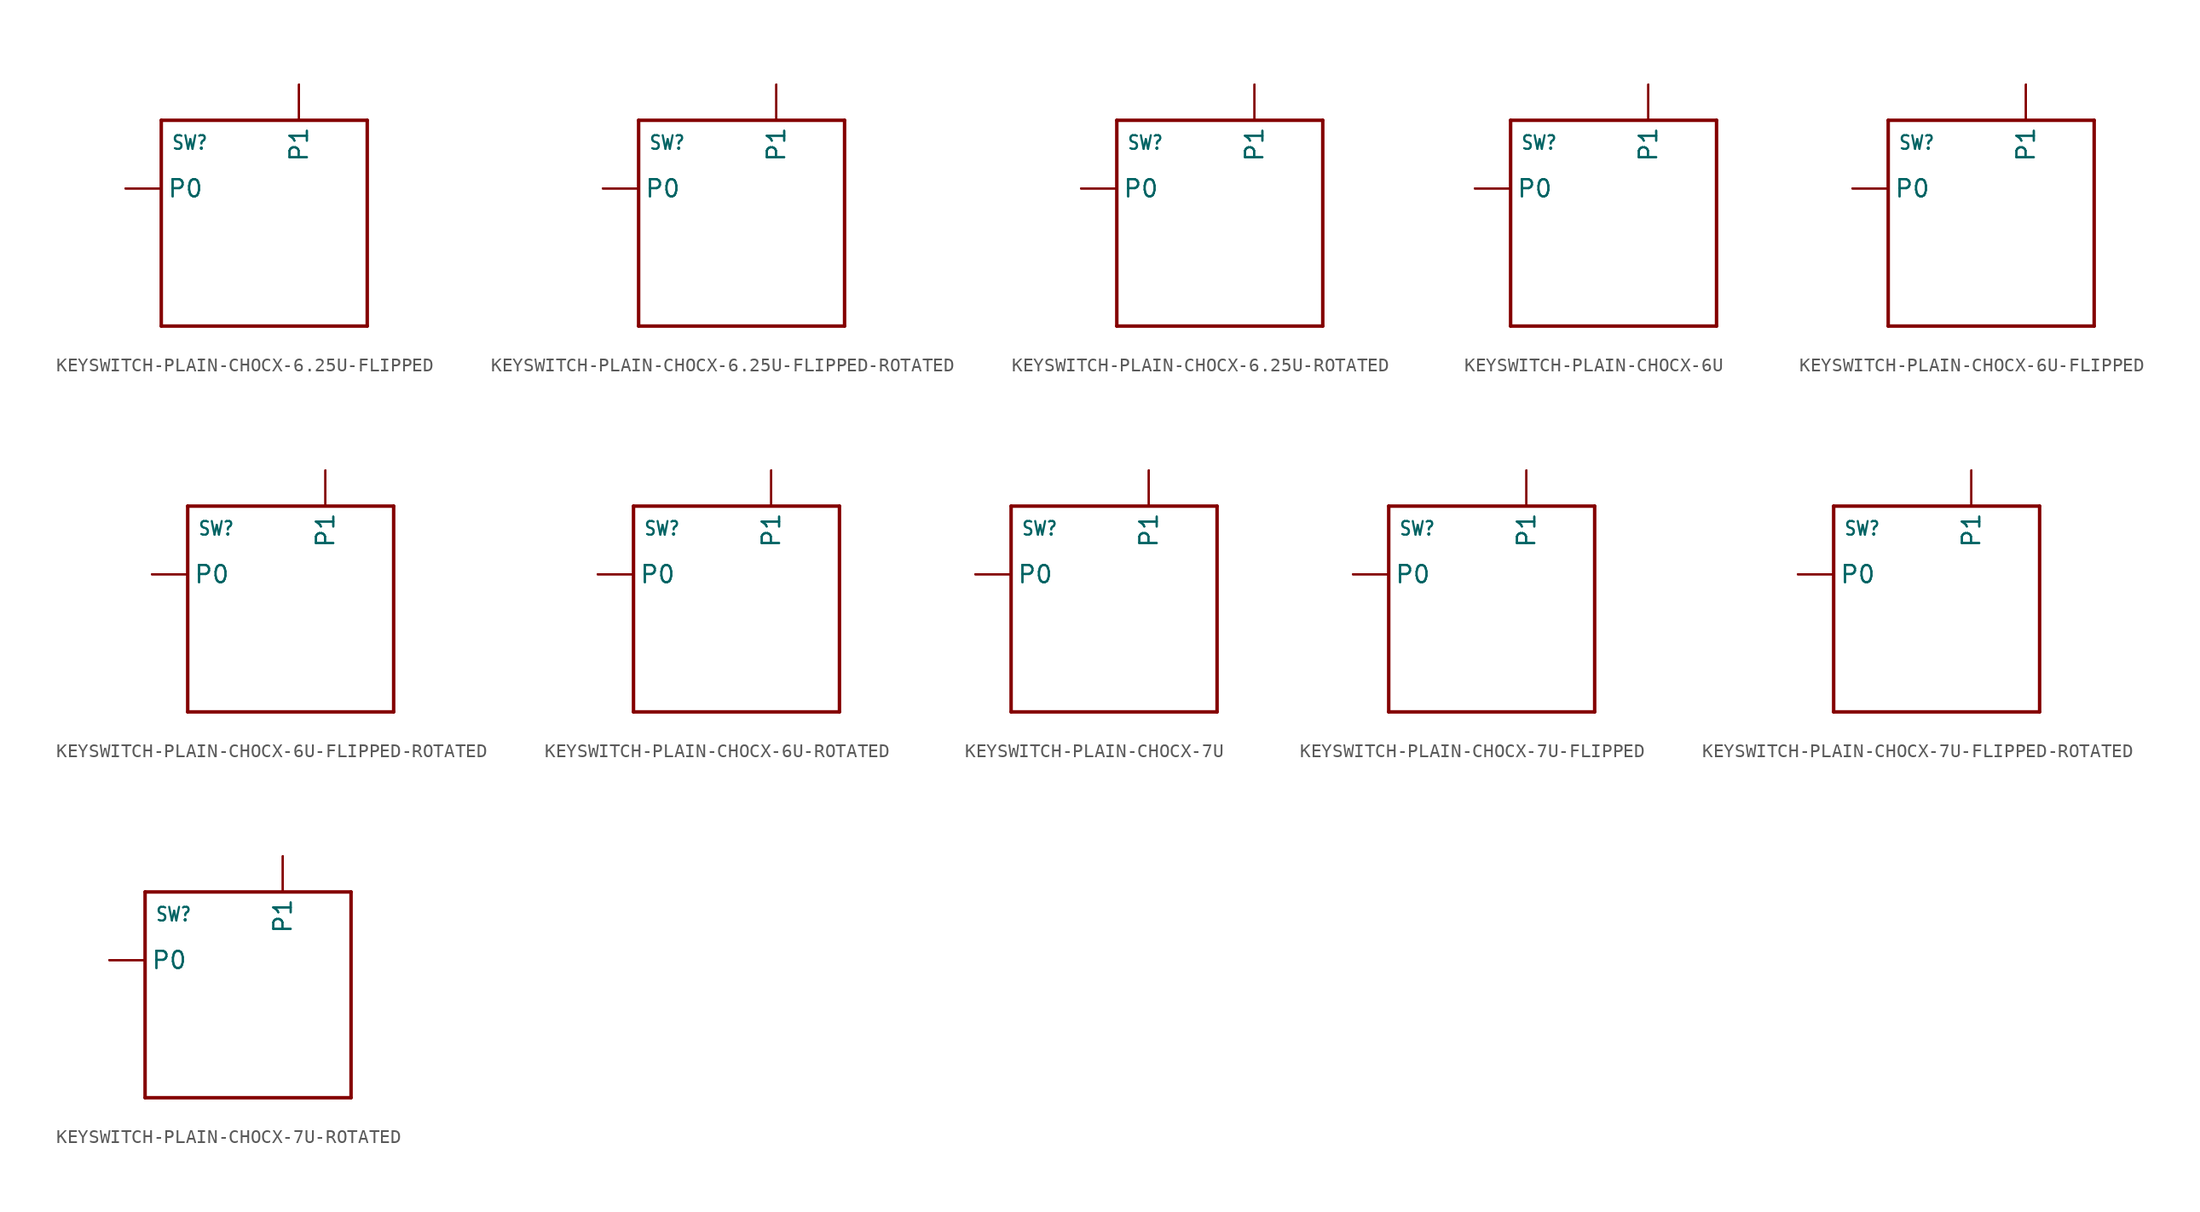
<source format=kicad_sym>
(kicad_symbol_lib
  (version 20211014)
  (generator kicad_symbol_editor)
  (symbol "KEYSWITCH-PLAIN-CHOCX-6.25U-FLIPPED"
    (property "Reference" "SW"
      (at -6.81 5.318 0)
      (effects (font (size 1 0.85)) (justify left bottom)))
    (property "ki_locked" ""
      (at 0 0 0)
      (effects (font (size 1.27 1.27))))
    (symbol "KEYSWITCH-PLAIN-CHOCX-6.25U-FLIPPED_1_0"
      (polyline (pts (xy -7.54 -7.54) (xy -7.54 7.54)) (stroke (width 0.254) (type default) (color 0 0 0 0)) (fill (type none)))
      (polyline (pts (xy -7.54 7.54) (xy 7.54 7.54)) (stroke (width 0.254) (type default) (color 0 0 0 0)) (fill (type none)))
      (polyline (pts (xy 7.54 -7.54) (xy -7.54 -7.54)) (stroke (width 0.254) (type default) (color 0 0 0 0)) (fill (type none)))
      (polyline (pts (xy 7.54 7.54) (xy 7.54 -7.54)) (stroke (width 0.254) (type default) (color 0 0 0 0)) (fill (type none)))
      (pin bidirectional line (at -10.16 2.54 0) (length 2.54) (name "P0" (effects (font (size 1.27 1.27)))) (number "CHOC1" (effects (font (size 0 0)))))
      (pin bidirectional line (at 2.54 10.16 270) (length 2.54) (name "P1" (effects (font (size 1.27 1.27)))) (number "CHOC2" (effects (font (size 0 0)))))
      (pin bidirectional line (at -10.16 2.54 0) (length 2.54) (name "P0" (effects (font (size 1.27 1.27)))) (number "X1" (effects (font (size 0 0)))))
      (pin bidirectional line (at 2.54 10.16 270) (length 2.54) (name "P1" (effects (font (size 1.27 1.27)))) (number "X2" (effects (font (size 0 0)))))))
  (symbol "KEYSWITCH-PLAIN-CHOCX-6.25U-FLIPPED-ROTATED"
    (property "Reference" "SW"
      (at -6.81 5.318 0)
      (effects (font (size 1 0.85)) (justify left bottom)))
    (property "ki_locked" ""
      (at 0 0 0)
      (effects (font (size 1.27 1.27))))
    (symbol "KEYSWITCH-PLAIN-CHOCX-6.25U-FLIPPED-ROTATED_1_0"
      (polyline (pts (xy -7.54 -7.54) (xy -7.54 7.54)) (stroke (width 0.254) (type default) (color 0 0 0 0)) (fill (type none)))
      (polyline (pts (xy -7.54 7.54) (xy 7.54 7.54)) (stroke (width 0.254) (type default) (color 0 0 0 0)) (fill (type none)))
      (polyline (pts (xy 7.54 -7.54) (xy -7.54 -7.54)) (stroke (width 0.254) (type default) (color 0 0 0 0)) (fill (type none)))
      (polyline (pts (xy 7.54 7.54) (xy 7.54 -7.54)) (stroke (width 0.254) (type default) (color 0 0 0 0)) (fill (type none)))
      (pin bidirectional line (at -10.16 2.54 0) (length 2.54) (name "P0" (effects (font (size 1.27 1.27)))) (number "CHOC1" (effects (font (size 0 0)))))
      (pin bidirectional line (at 2.54 10.16 270) (length 2.54) (name "P1" (effects (font (size 1.27 1.27)))) (number "CHOC2" (effects (font (size 0 0)))))
      (pin bidirectional line (at -10.16 2.54 0) (length 2.54) (name "P0" (effects (font (size 1.27 1.27)))) (number "X1" (effects (font (size 0 0)))))
      (pin bidirectional line (at 2.54 10.16 270) (length 2.54) (name "P1" (effects (font (size 1.27 1.27)))) (number "X2" (effects (font (size 0 0)))))))
  (symbol "KEYSWITCH-PLAIN-CHOCX-6.25U-ROTATED"
    (property "Reference" "SW"
      (at -6.81 5.318 0)
      (effects (font (size 1 0.85)) (justify left bottom)))
    (property "ki_locked" ""
      (at 0 0 0)
      (effects (font (size 1.27 1.27))))
    (symbol "KEYSWITCH-PLAIN-CHOCX-6.25U-ROTATED_1_0"
      (polyline (pts (xy -7.54 -7.54) (xy -7.54 7.54)) (stroke (width 0.254) (type default) (color 0 0 0 0)) (fill (type none)))
      (polyline (pts (xy -7.54 7.54) (xy 7.54 7.54)) (stroke (width 0.254) (type default) (color 0 0 0 0)) (fill (type none)))
      (polyline (pts (xy 7.54 -7.54) (xy -7.54 -7.54)) (stroke (width 0.254) (type default) (color 0 0 0 0)) (fill (type none)))
      (polyline (pts (xy 7.54 7.54) (xy 7.54 -7.54)) (stroke (width 0.254) (type default) (color 0 0 0 0)) (fill (type none)))
      (pin bidirectional line (at -10.16 2.54 0) (length 2.54) (name "P0" (effects (font (size 1.27 1.27)))) (number "CHOC1" (effects (font (size 0 0)))))
      (pin bidirectional line (at 2.54 10.16 270) (length 2.54) (name "P1" (effects (font (size 1.27 1.27)))) (number "CHOC2" (effects (font (size 0 0)))))
      (pin bidirectional line (at -10.16 2.54 0) (length 2.54) (name "P0" (effects (font (size 1.27 1.27)))) (number "X1" (effects (font (size 0 0)))))
      (pin bidirectional line (at 2.54 10.16 270) (length 2.54) (name "P1" (effects (font (size 1.27 1.27)))) (number "X2" (effects (font (size 0 0)))))))
  (symbol "KEYSWITCH-PLAIN-CHOCX-6U"
    (property "Reference" "SW"
      (at -6.81 5.318 0)
      (effects (font (size 1 0.85)) (justify left bottom)))
    (property "ki_locked" ""
      (at 0 0 0)
      (effects (font (size 1.27 1.27))))
    (symbol "KEYSWITCH-PLAIN-CHOCX-6U_1_0"
      (polyline (pts (xy -7.54 -7.54) (xy -7.54 7.54)) (stroke (width 0.254) (type default) (color 0 0 0 0)) (fill (type none)))
      (polyline (pts (xy -7.54 7.54) (xy 7.54 7.54)) (stroke (width 0.254) (type default) (color 0 0 0 0)) (fill (type none)))
      (polyline (pts (xy 7.54 -7.54) (xy -7.54 -7.54)) (stroke (width 0.254) (type default) (color 0 0 0 0)) (fill (type none)))
      (polyline (pts (xy 7.54 7.54) (xy 7.54 -7.54)) (stroke (width 0.254) (type default) (color 0 0 0 0)) (fill (type none)))
      (pin bidirectional line (at -10.16 2.54 0) (length 2.54) (name "P0" (effects (font (size 1.27 1.27)))) (number "CHOC1" (effects (font (size 0 0)))))
      (pin bidirectional line (at 2.54 10.16 270) (length 2.54) (name "P1" (effects (font (size 1.27 1.27)))) (number "CHOC2" (effects (font (size 0 0)))))
      (pin bidirectional line (at -10.16 2.54 0) (length 2.54) (name "P0" (effects (font (size 1.27 1.27)))) (number "X1" (effects (font (size 0 0)))))
      (pin bidirectional line (at 2.54 10.16 270) (length 2.54) (name "P1" (effects (font (size 1.27 1.27)))) (number "X2" (effects (font (size 0 0)))))))
  (symbol "KEYSWITCH-PLAIN-CHOCX-6U-FLIPPED"
    (property "Reference" "SW"
      (at -6.81 5.318 0)
      (effects (font (size 1 0.85)) (justify left bottom)))
    (property "ki_locked" ""
      (at 0 0 0)
      (effects (font (size 1.27 1.27))))
    (symbol "KEYSWITCH-PLAIN-CHOCX-6U-FLIPPED_1_0"
      (polyline (pts (xy -7.54 -7.54) (xy -7.54 7.54)) (stroke (width 0.254) (type default) (color 0 0 0 0)) (fill (type none)))
      (polyline (pts (xy -7.54 7.54) (xy 7.54 7.54)) (stroke (width 0.254) (type default) (color 0 0 0 0)) (fill (type none)))
      (polyline (pts (xy 7.54 -7.54) (xy -7.54 -7.54)) (stroke (width 0.254) (type default) (color 0 0 0 0)) (fill (type none)))
      (polyline (pts (xy 7.54 7.54) (xy 7.54 -7.54)) (stroke (width 0.254) (type default) (color 0 0 0 0)) (fill (type none)))
      (pin bidirectional line (at -10.16 2.54 0) (length 2.54) (name "P0" (effects (font (size 1.27 1.27)))) (number "CHOC1" (effects (font (size 0 0)))))
      (pin bidirectional line (at 2.54 10.16 270) (length 2.54) (name "P1" (effects (font (size 1.27 1.27)))) (number "CHOC2" (effects (font (size 0 0)))))
      (pin bidirectional line (at -10.16 2.54 0) (length 2.54) (name "P0" (effects (font (size 1.27 1.27)))) (number "X1" (effects (font (size 0 0)))))
      (pin bidirectional line (at 2.54 10.16 270) (length 2.54) (name "P1" (effects (font (size 1.27 1.27)))) (number "X2" (effects (font (size 0 0)))))))
  (symbol "KEYSWITCH-PLAIN-CHOCX-6U-FLIPPED-ROTATED"
    (property "Reference" "SW"
      (at -6.81 5.318 0)
      (effects (font (size 1 0.85)) (justify left bottom)))
    (property "ki_locked" ""
      (at 0 0 0)
      (effects (font (size 1.27 1.27))))
    (symbol "KEYSWITCH-PLAIN-CHOCX-6U-FLIPPED-ROTATED_1_0"
      (polyline (pts (xy -7.54 -7.54) (xy -7.54 7.54)) (stroke (width 0.254) (type default) (color 0 0 0 0)) (fill (type none)))
      (polyline (pts (xy -7.54 7.54) (xy 7.54 7.54)) (stroke (width 0.254) (type default) (color 0 0 0 0)) (fill (type none)))
      (polyline (pts (xy 7.54 -7.54) (xy -7.54 -7.54)) (stroke (width 0.254) (type default) (color 0 0 0 0)) (fill (type none)))
      (polyline (pts (xy 7.54 7.54) (xy 7.54 -7.54)) (stroke (width 0.254) (type default) (color 0 0 0 0)) (fill (type none)))
      (pin bidirectional line (at -10.16 2.54 0) (length 2.54) (name "P0" (effects (font (size 1.27 1.27)))) (number "CHOC1" (effects (font (size 0 0)))))
      (pin bidirectional line (at 2.54 10.16 270) (length 2.54) (name "P1" (effects (font (size 1.27 1.27)))) (number "CHOC2" (effects (font (size 0 0)))))
      (pin bidirectional line (at -10.16 2.54 0) (length 2.54) (name "P0" (effects (font (size 1.27 1.27)))) (number "X1" (effects (font (size 0 0)))))
      (pin bidirectional line (at 2.54 10.16 270) (length 2.54) (name "P1" (effects (font (size 1.27 1.27)))) (number "X2" (effects (font (size 0 0)))))))
  (symbol "KEYSWITCH-PLAIN-CHOCX-6U-ROTATED"
    (property "Reference" "SW"
      (at -6.81 5.318 0)
      (effects (font (size 1 0.85)) (justify left bottom)))
    (property "ki_locked" ""
      (at 0 0 0)
      (effects (font (size 1.27 1.27))))
    (symbol "KEYSWITCH-PLAIN-CHOCX-6U-ROTATED_1_0"
      (polyline (pts (xy -7.54 -7.54) (xy -7.54 7.54)) (stroke (width 0.254) (type default) (color 0 0 0 0)) (fill (type none)))
      (polyline (pts (xy -7.54 7.54) (xy 7.54 7.54)) (stroke (width 0.254) (type default) (color 0 0 0 0)) (fill (type none)))
      (polyline (pts (xy 7.54 -7.54) (xy -7.54 -7.54)) (stroke (width 0.254) (type default) (color 0 0 0 0)) (fill (type none)))
      (polyline (pts (xy 7.54 7.54) (xy 7.54 -7.54)) (stroke (width 0.254) (type default) (color 0 0 0 0)) (fill (type none)))
      (pin bidirectional line (at -10.16 2.54 0) (length 2.54) (name "P0" (effects (font (size 1.27 1.27)))) (number "CHOC1" (effects (font (size 0 0)))))
      (pin bidirectional line (at 2.54 10.16 270) (length 2.54) (name "P1" (effects (font (size 1.27 1.27)))) (number "CHOC2" (effects (font (size 0 0)))))
      (pin bidirectional line (at -10.16 2.54 0) (length 2.54) (name "P0" (effects (font (size 1.27 1.27)))) (number "X1" (effects (font (size 0 0)))))
      (pin bidirectional line (at 2.54 10.16 270) (length 2.54) (name "P1" (effects (font (size 1.27 1.27)))) (number "X2" (effects (font (size 0 0)))))))
  (symbol "KEYSWITCH-PLAIN-CHOCX-7U"
    (property "Reference" "SW"
      (at -6.81 5.318 0)
      (effects (font (size 1 0.85)) (justify left bottom)))
    (property "ki_locked" ""
      (at 0 0 0)
      (effects (font (size 1.27 1.27))))
    (symbol "KEYSWITCH-PLAIN-CHOCX-7U_1_0"
      (polyline (pts (xy -7.54 -7.54) (xy -7.54 7.54)) (stroke (width 0.254) (type default) (color 0 0 0 0)) (fill (type none)))
      (polyline (pts (xy -7.54 7.54) (xy 7.54 7.54)) (stroke (width 0.254) (type default) (color 0 0 0 0)) (fill (type none)))
      (polyline (pts (xy 7.54 -7.54) (xy -7.54 -7.54)) (stroke (width 0.254) (type default) (color 0 0 0 0)) (fill (type none)))
      (polyline (pts (xy 7.54 7.54) (xy 7.54 -7.54)) (stroke (width 0.254) (type default) (color 0 0 0 0)) (fill (type none)))
      (pin bidirectional line (at -10.16 2.54 0) (length 2.54) (name "P0" (effects (font (size 1.27 1.27)))) (number "CHOC1" (effects (font (size 0 0)))))
      (pin bidirectional line (at 2.54 10.16 270) (length 2.54) (name "P1" (effects (font (size 1.27 1.27)))) (number "CHOC2" (effects (font (size 0 0)))))
      (pin bidirectional line (at -10.16 2.54 0) (length 2.54) (name "P0" (effects (font (size 1.27 1.27)))) (number "X1" (effects (font (size 0 0)))))
      (pin bidirectional line (at 2.54 10.16 270) (length 2.54) (name "P1" (effects (font (size 1.27 1.27)))) (number "X2" (effects (font (size 0 0)))))))
  (symbol "KEYSWITCH-PLAIN-CHOCX-7U-FLIPPED"
    (property "Reference" "SW"
      (at -6.81 5.318 0)
      (effects (font (size 1 0.85)) (justify left bottom)))
    (property "ki_locked" ""
      (at 0 0 0)
      (effects (font (size 1.27 1.27))))
    (symbol "KEYSWITCH-PLAIN-CHOCX-7U-FLIPPED_1_0"
      (polyline (pts (xy -7.54 -7.54) (xy -7.54 7.54)) (stroke (width 0.254) (type default) (color 0 0 0 0)) (fill (type none)))
      (polyline (pts (xy -7.54 7.54) (xy 7.54 7.54)) (stroke (width 0.254) (type default) (color 0 0 0 0)) (fill (type none)))
      (polyline (pts (xy 7.54 -7.54) (xy -7.54 -7.54)) (stroke (width 0.254) (type default) (color 0 0 0 0)) (fill (type none)))
      (polyline (pts (xy 7.54 7.54) (xy 7.54 -7.54)) (stroke (width 0.254) (type default) (color 0 0 0 0)) (fill (type none)))
      (pin bidirectional line (at -10.16 2.54 0) (length 2.54) (name "P0" (effects (font (size 1.27 1.27)))) (number "CHOC1" (effects (font (size 0 0)))))
      (pin bidirectional line (at 2.54 10.16 270) (length 2.54) (name "P1" (effects (font (size 1.27 1.27)))) (number "CHOC2" (effects (font (size 0 0)))))
      (pin bidirectional line (at -10.16 2.54 0) (length 2.54) (name "P0" (effects (font (size 1.27 1.27)))) (number "X1" (effects (font (size 0 0)))))
      (pin bidirectional line (at 2.54 10.16 270) (length 2.54) (name "P1" (effects (font (size 1.27 1.27)))) (number "X2" (effects (font (size 0 0)))))))
  (symbol "KEYSWITCH-PLAIN-CHOCX-7U-FLIPPED-ROTATED"
    (property "Reference" "SW"
      (at -6.81 5.318 0)
      (effects (font (size 1 0.85)) (justify left bottom)))
    (property "ki_locked" ""
      (at 0 0 0)
      (effects (font (size 1.27 1.27))))
    (symbol "KEYSWITCH-PLAIN-CHOCX-7U-FLIPPED-ROTATED_1_0"
      (polyline (pts (xy -7.54 -7.54) (xy -7.54 7.54)) (stroke (width 0.254) (type default) (color 0 0 0 0)) (fill (type none)))
      (polyline (pts (xy -7.54 7.54) (xy 7.54 7.54)) (stroke (width 0.254) (type default) (color 0 0 0 0)) (fill (type none)))
      (polyline (pts (xy 7.54 -7.54) (xy -7.54 -7.54)) (stroke (width 0.254) (type default) (color 0 0 0 0)) (fill (type none)))
      (polyline (pts (xy 7.54 7.54) (xy 7.54 -7.54)) (stroke (width 0.254) (type default) (color 0 0 0 0)) (fill (type none)))
      (pin bidirectional line (at -10.16 2.54 0) (length 2.54) (name "P0" (effects (font (size 1.27 1.27)))) (number "CHOC1" (effects (font (size 0 0)))))
      (pin bidirectional line (at 2.54 10.16 270) (length 2.54) (name "P1" (effects (font (size 1.27 1.27)))) (number "CHOC2" (effects (font (size 0 0)))))
      (pin bidirectional line (at -10.16 2.54 0) (length 2.54) (name "P0" (effects (font (size 1.27 1.27)))) (number "X1" (effects (font (size 0 0)))))
      (pin bidirectional line (at 2.54 10.16 270) (length 2.54) (name "P1" (effects (font (size 1.27 1.27)))) (number "X2" (effects (font (size 0 0)))))))
  (symbol "KEYSWITCH-PLAIN-CHOCX-7U-ROTATED"
    (property "Reference" "SW"
      (at -6.81 5.318 0)
      (effects (font (size 1 0.85)) (justify left bottom)))
    (property "ki_locked" ""
      (at 0 0 0)
      (effects (font (size 1.27 1.27))))
    (symbol "KEYSWITCH-PLAIN-CHOCX-7U-ROTATED_1_0"
      (polyline (pts (xy -7.54 -7.54) (xy -7.54 7.54)) (stroke (width 0.254) (type default) (color 0 0 0 0)) (fill (type none)))
      (polyline (pts (xy -7.54 7.54) (xy 7.54 7.54)) (stroke (width 0.254) (type default) (color 0 0 0 0)) (fill (type none)))
      (polyline (pts (xy 7.54 -7.54) (xy -7.54 -7.54)) (stroke (width 0.254) (type default) (color 0 0 0 0)) (fill (type none)))
      (polyline (pts (xy 7.54 7.54) (xy 7.54 -7.54)) (stroke (width 0.254) (type default) (color 0 0 0 0)) (fill (type none)))
      (pin bidirectional line (at -10.16 2.54 0) (length 2.54) (name "P0" (effects (font (size 1.27 1.27)))) (number "CHOC1" (effects (font (size 0 0)))))
      (pin bidirectional line (at 2.54 10.16 270) (length 2.54) (name "P1" (effects (font (size 1.27 1.27)))) (number "CHOC2" (effects (font (size 0 0)))))
      (pin bidirectional line (at -10.16 2.54 0) (length 2.54) (name "P0" (effects (font (size 1.27 1.27)))) (number "X1" (effects (font (size 0 0)))))
      (pin bidirectional line (at 2.54 10.16 270) (length 2.54) (name "P1" (effects (font (size 1.27 1.27)))) (number "X2" (effects (font (size 0 0))))))))
</source>
